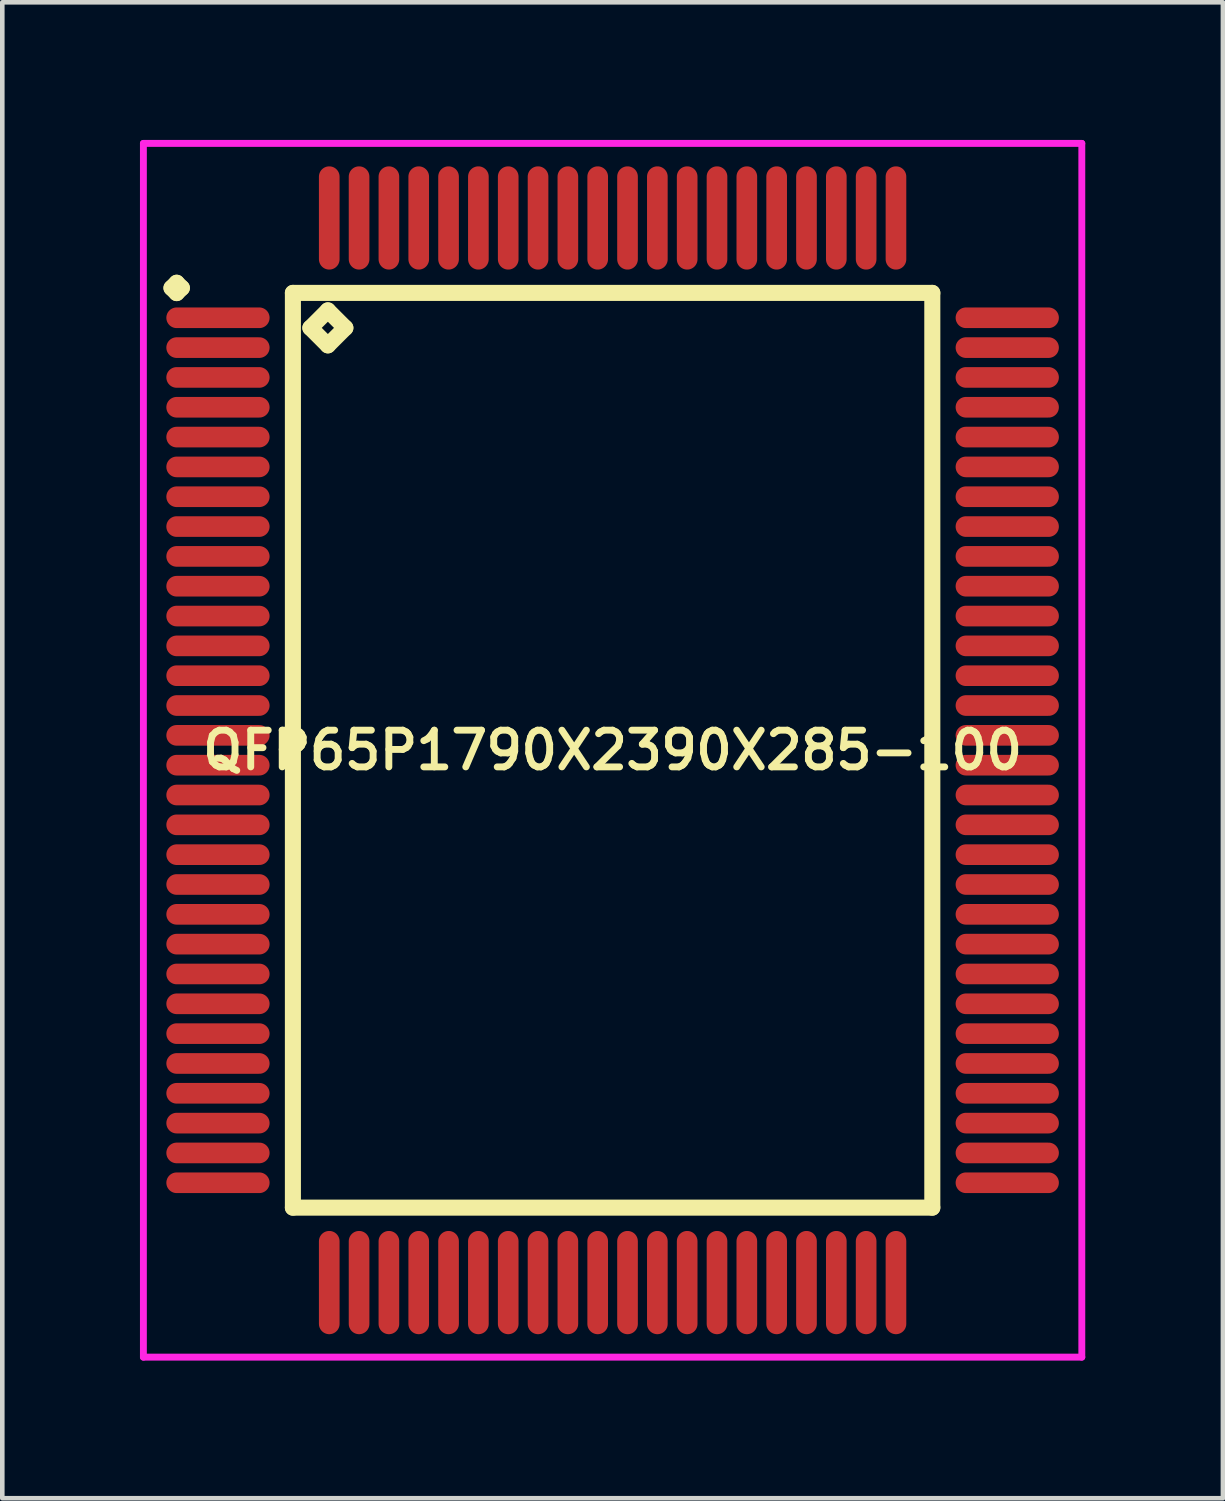
<source format=kicad_pcb>
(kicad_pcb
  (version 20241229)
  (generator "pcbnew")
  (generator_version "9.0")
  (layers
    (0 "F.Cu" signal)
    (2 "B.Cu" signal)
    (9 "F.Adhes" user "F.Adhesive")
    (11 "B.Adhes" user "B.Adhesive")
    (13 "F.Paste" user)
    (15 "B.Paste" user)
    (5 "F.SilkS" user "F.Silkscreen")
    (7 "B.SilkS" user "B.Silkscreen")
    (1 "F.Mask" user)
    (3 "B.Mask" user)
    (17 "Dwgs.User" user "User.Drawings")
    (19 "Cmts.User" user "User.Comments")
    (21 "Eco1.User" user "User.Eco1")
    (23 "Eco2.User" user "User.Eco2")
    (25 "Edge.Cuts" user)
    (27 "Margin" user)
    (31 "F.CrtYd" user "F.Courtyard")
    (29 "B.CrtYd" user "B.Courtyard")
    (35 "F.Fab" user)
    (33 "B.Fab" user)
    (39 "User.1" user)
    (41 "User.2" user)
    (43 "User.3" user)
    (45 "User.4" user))
  (footprint "QFP65P1790X2390X285-100"
    (layer "F.Cu")
    (at 10.3 13.3)
    (property "Reference" "QFP65P1790X2390X285-100" (at 0 0 0) (layer "F.SilkS") (effects (font (size 0.8 0.8) (thickness 0.15))))
    (attr smd)
    (fp_line (start -9.613 -10.075) (end -9.5 -10.188) (stroke (width 0.35) (type solid)) (layer "F.SilkS"))
    (fp_line (start -9.5 -10.188) (end -9.387 -10.075) (stroke (width 0.35) (type solid)) (layer "F.SilkS"))
    (fp_line (start -9.5 -9.963) (end -9.613 -10.075) (stroke (width 0.35) (type solid)) (layer "F.SilkS"))
    (fp_line (start -9.387 -10.075) (end -9.5 -9.963) (stroke (width 0.35) (type solid)) (layer "F.SilkS"))
    (fp_line (start -6.967 -9.967) (end -6.967 9.967) (stroke (width 0.35) (type solid)) (layer "F.SilkS"))
    (fp_line (start -6.967 9.967) (end 6.967 9.967) (stroke (width 0.35) (type solid)) (layer "F.SilkS"))
    (fp_line (start -6.586 -9.205) (end -6.205 -9.586) (stroke (width 0.35) (type solid)) (layer "F.SilkS"))
    (fp_line (start -6.205 -9.586) (end -5.824 -9.205) (stroke (width 0.35) (type solid)) (layer "F.SilkS"))
    (fp_line (start -6.205 -8.824) (end -6.586 -9.205) (stroke (width 0.35) (type solid)) (layer "F.SilkS"))
    (fp_line (start -5.824 -9.205) (end -6.205 -8.824) (stroke (width 0.35) (type solid)) (layer "F.SilkS"))
    (fp_line (start 6.967 -9.967) (end -6.967 -9.967) (stroke (width 0.35) (type solid)) (layer "F.SilkS"))
    (fp_line (start 6.967 9.967) (end 6.967 -9.967) (stroke (width 0.35) (type solid)) (layer "F.SilkS"))
    (fp_line (start -10.225 -13.225) (end 10.225 -13.225) (stroke (width 0.15) (type solid)) (layer "F.CrtYd"))
    (fp_line (start -10.225 13.225) (end -10.225 -13.225) (stroke (width 0.15) (type solid)) (layer "F.CrtYd"))
    (fp_line (start 10.225 -13.225) (end 10.225 13.225) (stroke (width 0.15) (type solid)) (layer "F.CrtYd"))
    (fp_line (start 10.225 13.225) (end -10.225 13.225) (stroke (width 0.15) (type solid)) (layer "F.CrtYd"))
    (pad "1" smd oval (at -8.6 -9.425) (size 2.25 0.45) (layers "F.Cu" "F.Mask" "F.Paste"))
    (pad "2" smd oval (at -8.6 -8.775) (size 2.25 0.45) (layers "F.Cu" "F.Mask" "F.Paste"))
    (pad "3" smd oval (at -8.6 -8.125) (size 2.25 0.45) (layers "F.Cu" "F.Mask" "F.Paste"))
    (pad "4" smd oval (at -8.6 -7.475) (size 2.25 0.45) (layers "F.Cu" "F.Mask" "F.Paste"))
    (pad "5" smd oval (at -8.6 -6.825) (size 2.25 0.45) (layers "F.Cu" "F.Mask" "F.Paste"))
    (pad "6" smd oval (at -8.6 -6.175) (size 2.25 0.45) (layers "F.Cu" "F.Mask" "F.Paste"))
    (pad "7" smd oval (at -8.6 -5.525) (size 2.25 0.45) (layers "F.Cu" "F.Mask" "F.Paste"))
    (pad "8" smd oval (at -8.6 -4.875) (size 2.25 0.45) (layers "F.Cu" "F.Mask" "F.Paste"))
    (pad "9" smd oval (at -8.6 -4.225) (size 2.25 0.45) (layers "F.Cu" "F.Mask" "F.Paste"))
    (pad "10" smd oval (at -8.6 -3.575) (size 2.25 0.45) (layers "F.Cu" "F.Mask" "F.Paste"))
    (pad "11" smd oval (at -8.6 -2.925) (size 2.25 0.45) (layers "F.Cu" "F.Mask" "F.Paste"))
    (pad "12" smd oval (at -8.6 -2.275) (size 2.25 0.45) (layers "F.Cu" "F.Mask" "F.Paste"))
    (pad "13" smd oval (at -8.6 -1.625) (size 2.25 0.45) (layers "F.Cu" "F.Mask" "F.Paste"))
    (pad "14" smd oval (at -8.6 -0.975) (size 2.25 0.45) (layers "F.Cu" "F.Mask" "F.Paste"))
    (pad "15" smd oval (at -8.6 -0.325) (size 2.25 0.45) (layers "F.Cu" "F.Mask" "F.Paste"))
    (pad "16" smd oval (at -8.6 0.325) (size 2.25 0.45) (layers "F.Cu" "F.Mask" "F.Paste"))
    (pad "17" smd oval (at -8.6 0.975) (size 2.25 0.45) (layers "F.Cu" "F.Mask" "F.Paste"))
    (pad "18" smd oval (at -8.6 1.625) (size 2.25 0.45) (layers "F.Cu" "F.Mask" "F.Paste"))
    (pad "19" smd oval (at -8.6 2.275) (size 2.25 0.45) (layers "F.Cu" "F.Mask" "F.Paste"))
    (pad "20" smd oval (at -8.6 2.925) (size 2.25 0.45) (layers "F.Cu" "F.Mask" "F.Paste"))
    (pad "21" smd oval (at -8.6 3.575) (size 2.25 0.45) (layers "F.Cu" "F.Mask" "F.Paste"))
    (pad "22" smd oval (at -8.6 4.225) (size 2.25 0.45) (layers "F.Cu" "F.Mask" "F.Paste"))
    (pad "23" smd oval (at -8.6 4.875) (size 2.25 0.45) (layers "F.Cu" "F.Mask" "F.Paste"))
    (pad "24" smd oval (at -8.6 5.525) (size 2.25 0.45) (layers "F.Cu" "F.Mask" "F.Paste"))
    (pad "25" smd oval (at -8.6 6.175) (size 2.25 0.45) (layers "F.Cu" "F.Mask" "F.Paste"))
    (pad "26" smd oval (at -8.6 6.825) (size 2.25 0.45) (layers "F.Cu" "F.Mask" "F.Paste"))
    (pad "27" smd oval (at -8.6 7.475) (size 2.25 0.45) (layers "F.Cu" "F.Mask" "F.Paste"))
    (pad "28" smd oval (at -8.6 8.125) (size 2.25 0.45) (layers "F.Cu" "F.Mask" "F.Paste"))
    (pad "29" smd oval (at -8.6 8.775) (size 2.25 0.45) (layers "F.Cu" "F.Mask" "F.Paste"))
    (pad "30" smd oval (at -8.6 9.425) (size 2.25 0.45) (layers "F.Cu" "F.Mask" "F.Paste"))
    (pad "31" smd oval (at -6.175 11.6) (size 0.45 2.25) (layers "F.Cu" "F.Mask" "F.Paste"))
    (pad "32" smd oval (at -5.525 11.6) (size 0.45 2.25) (layers "F.Cu" "F.Mask" "F.Paste"))
    (pad "33" smd oval (at -4.875 11.6) (size 0.45 2.25) (layers "F.Cu" "F.Mask" "F.Paste"))
    (pad "34" smd oval (at -4.225 11.6) (size 0.45 2.25) (layers "F.Cu" "F.Mask" "F.Paste"))
    (pad "35" smd oval (at -3.575 11.6) (size 0.45 2.25) (layers "F.Cu" "F.Mask" "F.Paste"))
    (pad "36" smd oval (at -2.925 11.6) (size 0.45 2.25) (layers "F.Cu" "F.Mask" "F.Paste"))
    (pad "37" smd oval (at -2.275 11.6) (size 0.45 2.25) (layers "F.Cu" "F.Mask" "F.Paste"))
    (pad "38" smd oval (at -1.625 11.6) (size 0.45 2.25) (layers "F.Cu" "F.Mask" "F.Paste"))
    (pad "39" smd oval (at -0.975 11.6) (size 0.45 2.25) (layers "F.Cu" "F.Mask" "F.Paste"))
    (pad "40" smd oval (at -0.325 11.6) (size 0.45 2.25) (layers "F.Cu" "F.Mask" "F.Paste"))
    (pad "41" smd oval (at 0.325 11.6) (size 0.45 2.25) (layers "F.Cu" "F.Mask" "F.Paste"))
    (pad "42" smd oval (at 0.975 11.6) (size 0.45 2.25) (layers "F.Cu" "F.Mask" "F.Paste"))
    (pad "43" smd oval (at 1.625 11.6) (size 0.45 2.25) (layers "F.Cu" "F.Mask" "F.Paste"))
    (pad "44" smd oval (at 2.275 11.6) (size 0.45 2.25) (layers "F.Cu" "F.Mask" "F.Paste"))
    (pad "45" smd oval (at 2.925 11.6) (size 0.45 2.25) (layers "F.Cu" "F.Mask" "F.Paste"))
    (pad "46" smd oval (at 3.575 11.6) (size 0.45 2.25) (layers "F.Cu" "F.Mask" "F.Paste"))
    (pad "47" smd oval (at 4.225 11.6) (size 0.45 2.25) (layers "F.Cu" "F.Mask" "F.Paste"))
    (pad "48" smd oval (at 4.875 11.6) (size 0.45 2.25) (layers "F.Cu" "F.Mask" "F.Paste"))
    (pad "49" smd oval (at 5.525 11.6) (size 0.45 2.25) (layers "F.Cu" "F.Mask" "F.Paste"))
    (pad "50" smd oval (at 6.175 11.6) (size 0.45 2.25) (layers "F.Cu" "F.Mask" "F.Paste"))
    (pad "51" smd oval (at 8.6 9.425) (size 2.25 0.45) (layers "F.Cu" "F.Mask" "F.Paste"))
    (pad "52" smd oval (at 8.6 8.775) (size 2.25 0.45) (layers "F.Cu" "F.Mask" "F.Paste"))
    (pad "53" smd oval (at 8.6 8.125) (size 2.25 0.45) (layers "F.Cu" "F.Mask" "F.Paste"))
    (pad "54" smd oval (at 8.6 7.475) (size 2.25 0.45) (layers "F.Cu" "F.Mask" "F.Paste"))
    (pad "55" smd oval (at 8.6 6.825) (size 2.25 0.45) (layers "F.Cu" "F.Mask" "F.Paste"))
    (pad "56" smd oval (at 8.6 6.175) (size 2.25 0.45) (layers "F.Cu" "F.Mask" "F.Paste"))
    (pad "57" smd oval (at 8.6 5.525) (size 2.25 0.45) (layers "F.Cu" "F.Mask" "F.Paste"))
    (pad "58" smd oval (at 8.6 4.875) (size 2.25 0.45) (layers "F.Cu" "F.Mask" "F.Paste"))
    (pad "59" smd oval (at 8.6 4.225) (size 2.25 0.45) (layers "F.Cu" "F.Mask" "F.Paste"))
    (pad "60" smd oval (at 8.6 3.575) (size 2.25 0.45) (layers "F.Cu" "F.Mask" "F.Paste"))
    (pad "61" smd oval (at 8.6 2.925) (size 2.25 0.45) (layers "F.Cu" "F.Mask" "F.Paste"))
    (pad "62" smd oval (at 8.6 2.275) (size 2.25 0.45) (layers "F.Cu" "F.Mask" "F.Paste"))
    (pad "63" smd oval (at 8.6 1.625) (size 2.25 0.45) (layers "F.Cu" "F.Mask" "F.Paste"))
    (pad "64" smd oval (at 8.6 0.975) (size 2.25 0.45) (layers "F.Cu" "F.Mask" "F.Paste"))
    (pad "65" smd oval (at 8.6 0.325) (size 2.25 0.45) (layers "F.Cu" "F.Mask" "F.Paste"))
    (pad "66" smd oval (at 8.6 -0.325) (size 2.25 0.45) (layers "F.Cu" "F.Mask" "F.Paste"))
    (pad "67" smd oval (at 8.6 -0.975) (size 2.25 0.45) (layers "F.Cu" "F.Mask" "F.Paste"))
    (pad "68" smd oval (at 8.6 -1.625) (size 2.25 0.45) (layers "F.Cu" "F.Mask" "F.Paste"))
    (pad "69" smd oval (at 8.6 -2.275) (size 2.25 0.45) (layers "F.Cu" "F.Mask" "F.Paste"))
    (pad "70" smd oval (at 8.6 -2.925) (size 2.25 0.45) (layers "F.Cu" "F.Mask" "F.Paste"))
    (pad "71" smd oval (at 8.6 -3.575) (size 2.25 0.45) (layers "F.Cu" "F.Mask" "F.Paste"))
    (pad "72" smd oval (at 8.6 -4.225) (size 2.25 0.45) (layers "F.Cu" "F.Mask" "F.Paste"))
    (pad "73" smd oval (at 8.6 -4.875) (size 2.25 0.45) (layers "F.Cu" "F.Mask" "F.Paste"))
    (pad "74" smd oval (at 8.6 -5.525) (size 2.25 0.45) (layers "F.Cu" "F.Mask" "F.Paste"))
    (pad "75" smd oval (at 8.6 -6.175) (size 2.25 0.45) (layers "F.Cu" "F.Mask" "F.Paste"))
    (pad "76" smd oval (at 8.6 -6.825) (size 2.25 0.45) (layers "F.Cu" "F.Mask" "F.Paste"))
    (pad "77" smd oval (at 8.6 -7.475) (size 2.25 0.45) (layers "F.Cu" "F.Mask" "F.Paste"))
    (pad "78" smd oval (at 8.6 -8.125) (size 2.25 0.45) (layers "F.Cu" "F.Mask" "F.Paste"))
    (pad "79" smd oval (at 8.6 -8.775) (size 2.25 0.45) (layers "F.Cu" "F.Mask" "F.Paste"))
    (pad "80" smd oval (at 8.6 -9.425) (size 2.25 0.45) (layers "F.Cu" "F.Mask" "F.Paste"))
    (pad "81" smd oval (at 6.175 -11.6) (size 0.45 2.25) (layers "F.Cu" "F.Mask" "F.Paste"))
    (pad "82" smd oval (at 5.525 -11.6) (size 0.45 2.25) (layers "F.Cu" "F.Mask" "F.Paste"))
    (pad "83" smd oval (at 4.875 -11.6) (size 0.45 2.25) (layers "F.Cu" "F.Mask" "F.Paste"))
    (pad "84" smd oval (at 4.225 -11.6) (size 0.45 2.25) (layers "F.Cu" "F.Mask" "F.Paste"))
    (pad "85" smd oval (at 3.575 -11.6) (size 0.45 2.25) (layers "F.Cu" "F.Mask" "F.Paste"))
    (pad "86" smd oval (at 2.925 -11.6) (size 0.45 2.25) (layers "F.Cu" "F.Mask" "F.Paste"))
    (pad "87" smd oval (at 2.275 -11.6) (size 0.45 2.25) (layers "F.Cu" "F.Mask" "F.Paste"))
    (pad "88" smd oval (at 1.625 -11.6) (size 0.45 2.25) (layers "F.Cu" "F.Mask" "F.Paste"))
    (pad "89" smd oval (at 0.975 -11.6) (size 0.45 2.25) (layers "F.Cu" "F.Mask" "F.Paste"))
    (pad "90" smd oval (at 0.325 -11.6) (size 0.45 2.25) (layers "F.Cu" "F.Mask" "F.Paste"))
    (pad "91" smd oval (at -0.325 -11.6) (size 0.45 2.25) (layers "F.Cu" "F.Mask" "F.Paste"))
    (pad "92" smd oval (at -0.975 -11.6) (size 0.45 2.25) (layers "F.Cu" "F.Mask" "F.Paste"))
    (pad "93" smd oval (at -1.625 -11.6) (size 0.45 2.25) (layers "F.Cu" "F.Mask" "F.Paste"))
    (pad "94" smd oval (at -2.275 -11.6) (size 0.45 2.25) (layers "F.Cu" "F.Mask" "F.Paste"))
    (pad "95" smd oval (at -2.925 -11.6) (size 0.45 2.25) (layers "F.Cu" "F.Mask" "F.Paste"))
    (pad "96" smd oval (at -3.575 -11.6) (size 0.45 2.25) (layers "F.Cu" "F.Mask" "F.Paste"))
    (pad "97" smd oval (at -4.225 -11.6) (size 0.45 2.25) (layers "F.Cu" "F.Mask" "F.Paste"))
    (pad "98" smd oval (at -4.875 -11.6) (size 0.45 2.25) (layers "F.Cu" "F.Mask" "F.Paste"))
    (pad "99" smd oval (at -5.525 -11.6) (size 0.45 2.25) (layers "F.Cu" "F.Mask" "F.Paste"))
    (pad "100" smd oval (at -6.175 -11.6) (size 0.45 2.25) (layers "F.Cu" "F.Mask" "F.Paste")))
  (gr_rect
    (start -3 -3)
    (end 23.6 29.6)
    (stroke (width 0.1) (type default))
    (fill no)
    (layer "Edge.Cuts")))
</source>
